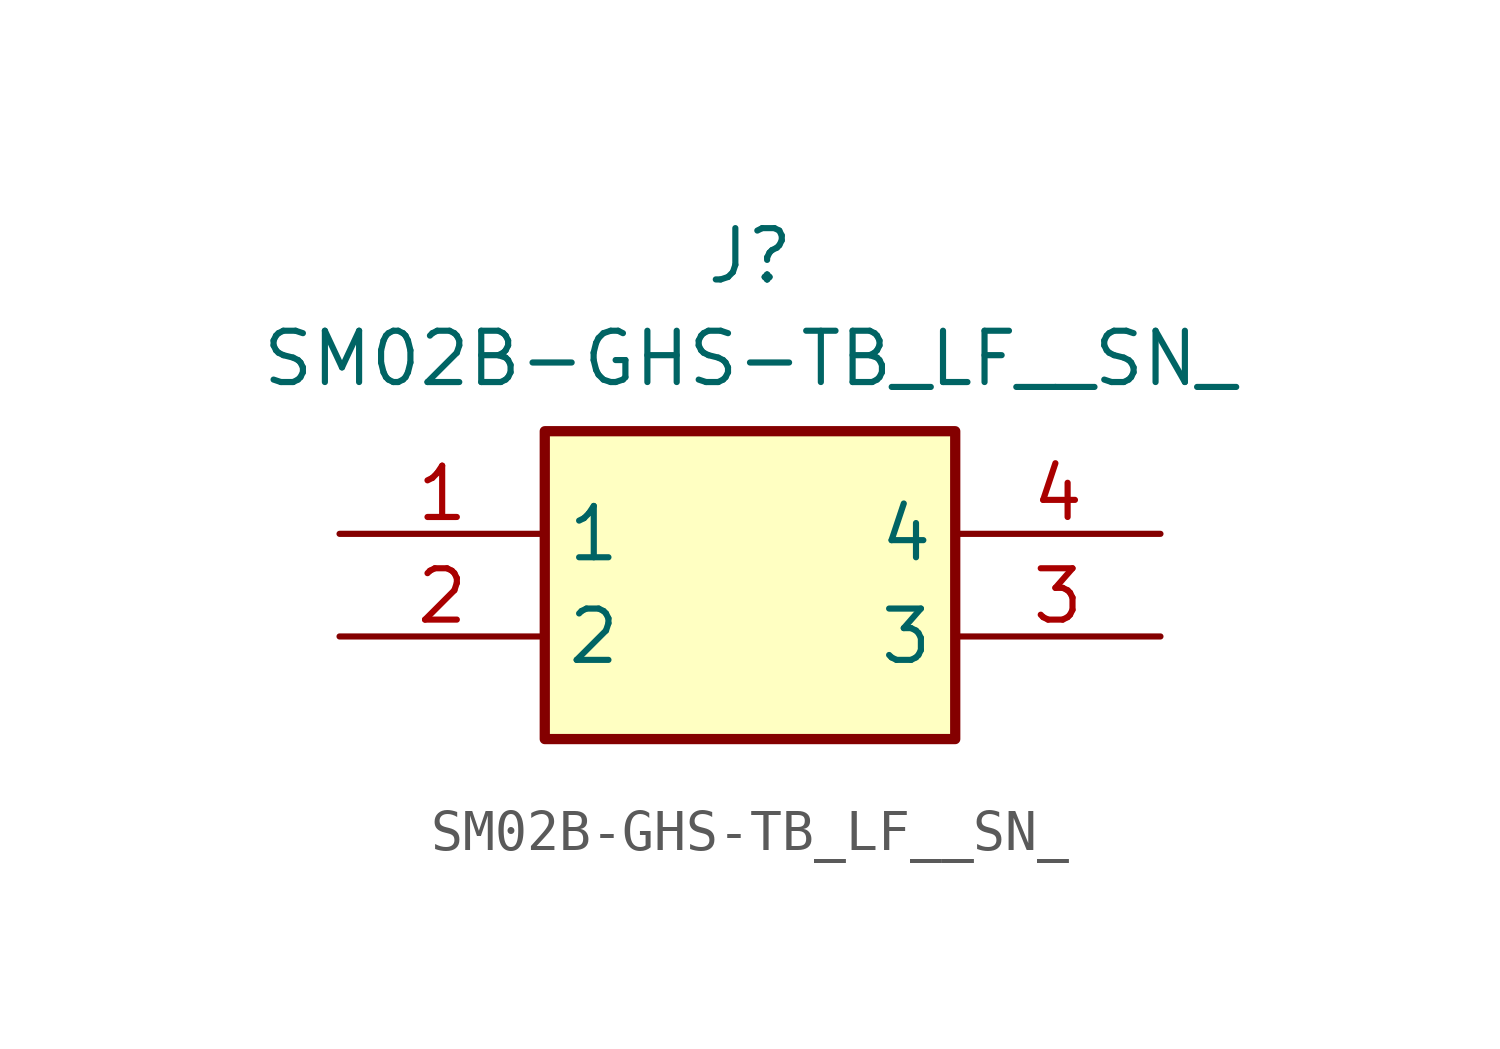
<source format=kicad_sym>
(kicad_symbol_lib
  (version 20220914)
  (generator kicad_symbol_editor)
  (symbol "SM02B-GHS-TB_LF__SN_"
    (property "Reference" "J"
      (at 0 7.62 0)
      (effects (font (size 1.27 1.27)) (justify top)))
    (property "Value" "SM02B-GHS-TB_LF__SN_"
      (at 0 5.08 0)
      (effects (font (size 1.27 1.27)) (justify top)))
    (symbol "SM02B-GHS-TB_LF__SN__1_1"
      (rectangle (start -5.08 2.54) (end 5.08 -5.08) (stroke (width 0.254) (type default)) (fill (type background)))
      (pin passive line (at -10.16 0 0) (length 5.08) (name "1" (effects (font (size 1.27 1.27)))) (number "1" (effects (font (size 1.27 1.27)))))
      (pin passive line (at -10.16 -2.54 0) (length 5.08) (name "2" (effects (font (size 1.27 1.27)))) (number "2" (effects (font (size 1.27 1.27)))))
      (pin passive line (at 10.16 -2.54 180) (length 5.08) (name "3" (effects (font (size 1.27 1.27)))) (number "3" (effects (font (size 1.27 1.27)))))
      (pin passive line (at 10.16 0 180) (length 5.08) (name "4" (effects (font (size 1.27 1.27)))) (number "4" (effects (font (size 1.27 1.27))))))))
</source>
